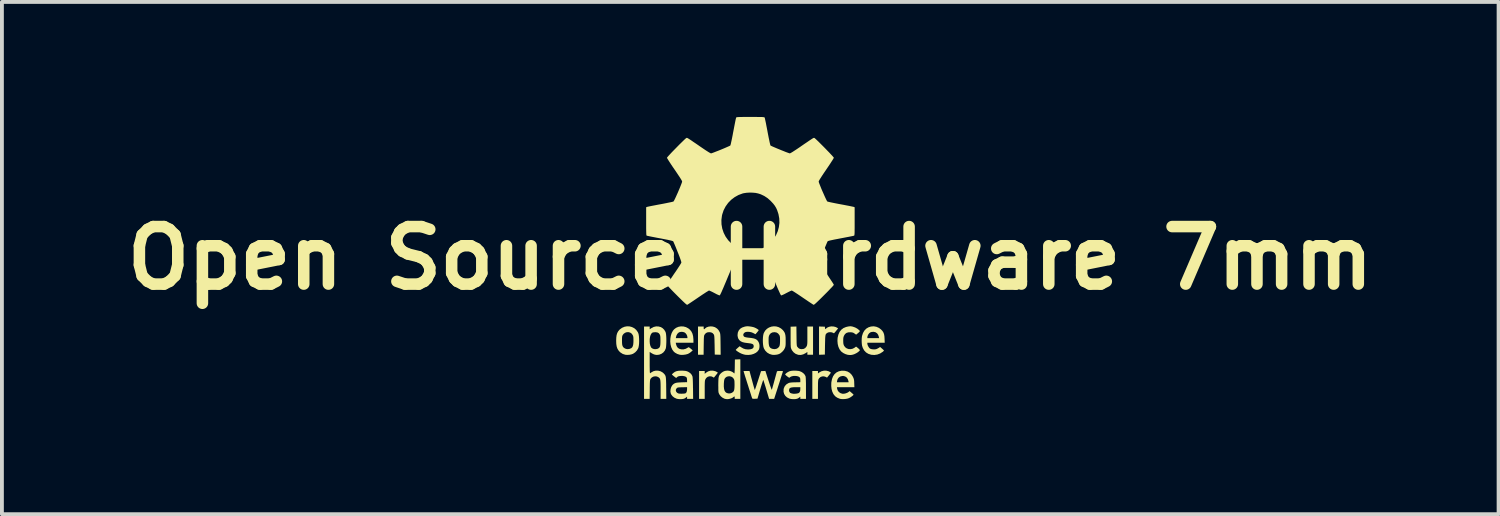
<source format=kicad_pcb>
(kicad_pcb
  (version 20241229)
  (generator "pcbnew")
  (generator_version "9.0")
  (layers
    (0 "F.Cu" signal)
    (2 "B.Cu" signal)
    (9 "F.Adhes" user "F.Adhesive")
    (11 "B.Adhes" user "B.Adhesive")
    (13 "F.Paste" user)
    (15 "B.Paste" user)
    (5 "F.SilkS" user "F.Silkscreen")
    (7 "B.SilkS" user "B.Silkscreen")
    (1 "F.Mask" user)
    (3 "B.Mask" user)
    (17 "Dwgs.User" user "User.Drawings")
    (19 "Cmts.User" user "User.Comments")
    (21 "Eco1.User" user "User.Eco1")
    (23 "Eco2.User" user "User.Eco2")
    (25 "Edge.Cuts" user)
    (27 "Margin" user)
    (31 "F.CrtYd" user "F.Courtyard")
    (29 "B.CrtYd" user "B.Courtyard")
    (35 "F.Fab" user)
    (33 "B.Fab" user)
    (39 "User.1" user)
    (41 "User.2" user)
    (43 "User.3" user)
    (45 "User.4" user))
  (footprint "Open Source Hardware 7mm"
    (layer "F.Cu")
    (at 16.514 3.68)
    (property "Reference" "Open Source Hardware 7mm" (at 0 0 0) (layer "F.SilkS") (effects (font (size 1.5 1.5) (thickness 0.3))))
    (attr board_only exclude_from_pos_files exclude_from_bom)
    (fp_poly (pts (xy 2.044 2.951) (xy 2.097 2.979) (xy 2.1 2.986) (xy 2.096 2.999) (xy 2.082 3.02) (xy 2.057 3.051) (xy 2.056 3.053) (xy 2.003 3.117) (xy 1.967 3.098) (xy 1.921 3.084) (xy 1.875 3.086) (xy 1.832 3.102) (xy 1.797 3.133) (xy 1.782 3.156) (xy 1.777 3.168) (xy 1.774 3.182) (xy 1.771 3.202) (xy 1.769 3.229) (xy 1.767 3.267) (xy 1.767 3.317) (xy 1.766 3.381) (xy 1.766 3.429) (xy 1.766 3.671) (xy 1.693 3.671) (xy 1.619 3.671) (xy 1.619 3.307) (xy 1.619 2.944) (xy 1.693 2.944) (xy 1.766 2.944) (xy 1.766 2.977) (xy 1.766 3.009) (xy 1.798 2.985) (xy 1.854 2.953) (xy 1.916 2.937) (xy 1.981 2.936)) (stroke (width 0) (type solid)) (fill yes) (layer "F.SilkS"))
    (fp_poly (pts (xy -0.914 2.949) (xy -0.895 2.957) (xy -0.869 2.971) (xy -0.851 2.982) (xy -0.846 2.987) (xy -0.852 2.998) (xy -0.867 3.018) (xy -0.888 3.045) (xy -0.897 3.056) (xy -0.948 3.118) (xy -0.978 3.1) (xy -1.021 3.083) (xy -1.066 3.083) (xy -1.109 3.097) (xy -1.145 3.125) (xy -1.166 3.155) (xy -1.172 3.168) (xy -1.177 3.182) (xy -1.181 3.198) (xy -1.183 3.219) (xy -1.185 3.247) (xy -1.186 3.285) (xy -1.187 3.336) (xy -1.187 3.402) (xy -1.187 3.433) (xy -1.187 3.671) (xy -1.26 3.671) (xy -1.334 3.671) (xy -1.334 3.307) (xy -1.334 2.944) (xy -1.26 2.944) (xy -1.187 2.944) (xy -1.187 2.981) (xy -1.187 3.019) (xy -1.15 2.987) (xy -1.098 2.955) (xy -1.039 2.937) (xy -0.977 2.935)) (stroke (width 0) (type solid)) (fill yes) (layer "F.SilkS"))
    (fp_poly (pts (xy 2.165 1.783) (xy 2.22 1.795) (xy 2.261 1.814) (xy 2.291 1.832) (xy 2.273 1.857) (xy 2.256 1.878) (xy 2.234 1.905) (xy 2.22 1.922) (xy 2.184 1.962) (xy 2.155 1.947) (xy 2.118 1.935) (xy 2.076 1.932) (xy 2.036 1.938) (xy 2.012 1.949) (xy 1.996 1.96) (xy 1.983 1.971) (xy 1.973 1.983) (xy 1.966 2) (xy 1.961 2.023) (xy 1.957 2.055) (xy 1.954 2.098) (xy 1.953 2.153) (xy 1.951 2.224) (xy 1.95 2.263) (xy 1.946 2.516) (xy 1.87 2.519) (xy 1.794 2.521) (xy 1.794 2.153) (xy 1.794 1.784) (xy 1.87 1.787) (xy 1.946 1.789) (xy 1.95 1.825) (xy 1.954 1.847) (xy 1.959 1.854) (xy 1.966 1.848) (xy 1.967 1.846) (xy 2.005 1.815) (xy 2.053 1.793) (xy 2.108 1.782)) (stroke (width 0) (type solid)) (fill yes) (layer "F.SilkS"))
    (fp_poly (pts (xy 1.207 2.037) (xy 1.208 2.112) (xy 1.209 2.171) (xy 1.21 2.216) (xy 1.212 2.249) (xy 1.214 2.273) (xy 1.217 2.29) (xy 1.221 2.301) (xy 1.226 2.31) (xy 1.229 2.315) (xy 1.26 2.349) (xy 1.293 2.368) (xy 1.334 2.375) (xy 1.341 2.375) (xy 1.392 2.369) (xy 1.432 2.348) (xy 1.463 2.312) (xy 1.47 2.3) (xy 1.476 2.287) (xy 1.481 2.274) (xy 1.484 2.258) (xy 1.487 2.237) (xy 1.489 2.208) (xy 1.49 2.17) (xy 1.49 2.119) (xy 1.49 2.054) (xy 1.49 2.022) (xy 1.49 1.785) (xy 1.564 1.785) (xy 1.638 1.785) (xy 1.638 2.153) (xy 1.638 2.521) (xy 1.564 2.521) (xy 1.49 2.521) (xy 1.49 2.485) (xy 1.49 2.448) (xy 1.445 2.479) (xy 1.384 2.51) (xy 1.322 2.526) (xy 1.261 2.524) (xy 1.247 2.521) (xy 1.183 2.497) (xy 1.13 2.457) (xy 1.088 2.404) (xy 1.075 2.378) (xy 1.069 2.364) (xy 1.064 2.351) (xy 1.06 2.335) (xy 1.057 2.315) (xy 1.056 2.289) (xy 1.054 2.253) (xy 1.054 2.207) (xy 1.053 2.146) (xy 1.053 2.07) (xy 1.053 2.061) (xy 1.053 1.789) (xy 1.129 1.787) (xy 1.204 1.784)) (stroke (width 0) (type solid)) (fill yes) (layer "F.SilkS"))
    (fp_poly (pts (xy -0.979 1.785) (xy -0.927 1.8) (xy -0.915 1.805) (xy -0.864 1.838) (xy -0.826 1.879) (xy -0.799 1.927) (xy -0.792 1.941) (xy -0.788 1.955) (xy -0.784 1.971) (xy -0.781 1.992) (xy -0.779 2.019) (xy -0.777 2.056) (xy -0.776 2.104) (xy -0.775 2.166) (xy -0.774 2.244) (xy -0.774 2.247) (xy -0.771 2.521) (xy -0.848 2.519) (xy -0.925 2.516) (xy -0.929 2.268) (xy -0.931 2.192) (xy -0.932 2.133) (xy -0.934 2.088) (xy -0.936 2.054) (xy -0.939 2.03) (xy -0.942 2.013) (xy -0.946 2) (xy -0.951 1.991) (xy -0.98 1.957) (xy -1.019 1.938) (xy -1.067 1.932) (xy -1.116 1.937) (xy -1.154 1.955) (xy -1.184 1.987) (xy -1.188 1.994) (xy -1.195 2.005) (xy -1.2 2.016) (xy -1.204 2.03) (xy -1.206 2.049) (xy -1.208 2.075) (xy -1.21 2.111) (xy -1.211 2.159) (xy -1.212 2.221) (xy -1.213 2.275) (xy -1.216 2.521) (xy -1.289 2.521) (xy -1.362 2.521) (xy -1.362 2.153) (xy -1.362 1.785) (xy -1.288 1.785) (xy -1.214 1.785) (xy -1.214 1.822) (xy -1.212 1.848) (xy -1.205 1.857) (xy -1.191 1.849) (xy -1.178 1.836) (xy -1.14 1.807) (xy -1.091 1.789) (xy -1.036 1.781)) (stroke (width 0) (type solid)) (fill yes) (layer "F.SilkS"))
    (fp_poly (pts (xy -1.74 1.784) (xy -1.675 1.801) (xy -1.615 1.833) (xy -1.574 1.866) (xy -1.535 1.914) (xy -1.507 1.97) (xy -1.49 2.036) (xy -1.482 2.115) (xy -1.481 2.15) (xy -1.481 2.208) (xy -1.712 2.208) (xy -1.942 2.208) (xy -1.936 2.242) (xy -1.919 2.295) (xy -1.891 2.337) (xy -1.854 2.364) (xy -1.8 2.38) (xy -1.742 2.381) (xy -1.683 2.366) (xy -1.628 2.336) (xy -1.623 2.333) (xy -1.613 2.326) (xy -1.602 2.326) (xy -1.587 2.334) (xy -1.564 2.352) (xy -1.552 2.362) (xy -1.499 2.406) (xy -1.541 2.444) (xy -1.573 2.469) (xy -1.61 2.491) (xy -1.631 2.501) (xy -1.683 2.515) (xy -1.741 2.523) (xy -1.798 2.525) (xy -1.839 2.52) (xy -1.902 2.5) (xy -1.96 2.468) (xy -1.994 2.439) (xy -2.032 2.388) (xy -2.06 2.325) (xy -2.078 2.254) (xy -2.086 2.178) (xy -2.083 2.101) (xy -2.081 2.088) (xy -1.941 2.088) (xy -1.789 2.088) (xy -1.638 2.088) (xy -1.638 2.062) (xy -1.645 2.027) (xy -1.663 1.989) (xy -1.689 1.957) (xy -1.711 1.94) (xy -1.754 1.926) (xy -1.8 1.923) (xy -1.845 1.932) (xy -1.868 1.944) (xy -1.901 1.976) (xy -1.925 2.021) (xy -1.935 2.058) (xy -1.941 2.088) (xy -2.081 2.088) (xy -2.071 2.025) (xy -2.049 1.956) (xy -2.016 1.895) (xy -1.986 1.859) (xy -1.934 1.819) (xy -1.873 1.793) (xy -1.807 1.781)) (stroke (width 0) (type solid)) (fill yes) (layer "F.SilkS"))
    (fp_poly (pts (xy 2.47 2.94) (xy 2.538 2.959) (xy 2.597 2.994) (xy 2.646 3.044) (xy 2.678 3.096) (xy 2.691 3.125) (xy 2.7 3.15) (xy 2.706 3.176) (xy 2.71 3.209) (xy 2.712 3.255) (xy 2.712 3.262) (xy 2.716 3.367) (xy 2.488 3.367) (xy 2.261 3.367) (xy 2.266 3.405) (xy 2.281 3.452) (xy 2.311 3.492) (xy 2.352 3.521) (xy 2.401 3.537) (xy 2.442 3.538) (xy 2.489 3.528) (xy 2.533 3.511) (xy 2.565 3.491) (xy 2.592 3.469) (xy 2.641 3.511) (xy 2.666 3.533) (xy 2.685 3.55) (xy 2.693 3.56) (xy 2.694 3.56) (xy 2.689 3.571) (xy 2.672 3.588) (xy 2.646 3.608) (xy 2.616 3.629) (xy 2.585 3.646) (xy 2.576 3.651) (xy 2.531 3.666) (xy 2.475 3.675) (xy 2.418 3.678) (xy 2.365 3.675) (xy 2.332 3.667) (xy 2.273 3.643) (xy 2.227 3.613) (xy 2.189 3.573) (xy 2.167 3.542) (xy 2.14 3.484) (xy 2.121 3.415) (xy 2.113 3.337) (xy 2.114 3.255) (xy 2.116 3.239) (xy 2.116 3.238) (xy 2.261 3.238) (xy 2.413 3.238) (xy 2.566 3.238) (xy 2.561 3.208) (xy 2.543 3.154) (xy 2.514 3.113) (xy 2.474 3.086) (xy 2.426 3.074) (xy 2.399 3.075) (xy 2.348 3.088) (xy 2.308 3.115) (xy 2.279 3.155) (xy 2.266 3.2) (xy 2.261 3.238) (xy 2.116 3.238) (xy 2.132 3.155) (xy 2.16 3.083) (xy 2.2 3.025) (xy 2.251 2.981) (xy 2.312 2.952) (xy 2.384 2.937) (xy 2.393 2.937)) (stroke (width 0) (type solid)) (fill yes) (layer "F.SilkS"))
    (fp_poly (pts (xy 2.627 1.779) (xy 2.662 1.785) (xy 2.677 1.789) (xy 2.737 1.81) (xy 2.793 1.841) (xy 2.838 1.877) (xy 2.842 1.881) (xy 2.856 1.897) (xy 2.858 1.908) (xy 2.849 1.921) (xy 2.846 1.924) (xy 2.828 1.942) (xy 2.803 1.963) (xy 2.795 1.97) (xy 2.761 1.997) (xy 2.719 1.967) (xy 2.691 1.949) (xy 2.664 1.94) (xy 2.631 1.935) (xy 2.615 1.934) (xy 2.556 1.937) (xy 2.509 1.952) (xy 2.472 1.982) (xy 2.448 2.02) (xy 2.437 2.045) (xy 2.43 2.069) (xy 2.426 2.099) (xy 2.425 2.14) (xy 2.425 2.153) (xy 2.426 2.198) (xy 2.429 2.231) (xy 2.435 2.256) (xy 2.445 2.281) (xy 2.446 2.284) (xy 2.476 2.325) (xy 2.517 2.355) (xy 2.565 2.372) (xy 2.617 2.375) (xy 2.67 2.364) (xy 2.72 2.338) (xy 2.727 2.333) (xy 2.76 2.308) (xy 2.795 2.335) (xy 2.82 2.356) (xy 2.841 2.376) (xy 2.846 2.382) (xy 2.858 2.396) (xy 2.857 2.407) (xy 2.846 2.421) (xy 2.81 2.453) (xy 2.762 2.483) (xy 2.711 2.507) (xy 2.693 2.513) (xy 2.652 2.524) (xy 2.614 2.528) (xy 2.574 2.526) (xy 2.538 2.521) (xy 2.483 2.504) (xy 2.426 2.476) (xy 2.378 2.44) (xy 2.368 2.431) (xy 2.329 2.379) (xy 2.299 2.313) (xy 2.281 2.239) (xy 2.274 2.159) (xy 2.279 2.078) (xy 2.299 1.995) (xy 2.33 1.925) (xy 2.374 1.869) (xy 2.43 1.826) (xy 2.499 1.797) (xy 2.555 1.784) (xy 2.595 1.779)) (stroke (width 0) (type solid)) (fill yes) (layer "F.SilkS"))
    (fp_poly (pts (xy 3.291 1.792) (xy 3.357 1.821) (xy 3.412 1.863) (xy 3.447 1.9) (xy 3.472 1.939) (xy 3.489 1.983) (xy 3.499 2.038) (xy 3.503 2.104) (xy 3.507 2.208) (xy 3.281 2.208) (xy 3.054 2.208) (xy 3.054 2.234) (xy 3.06 2.265) (xy 3.076 2.301) (xy 3.098 2.335) (xy 3.121 2.359) (xy 3.15 2.372) (xy 3.189 2.379) (xy 3.233 2.382) (xy 3.273 2.378) (xy 3.287 2.374) (xy 3.317 2.361) (xy 3.348 2.344) (xy 3.353 2.341) (xy 3.387 2.318) (xy 3.437 2.361) (xy 3.461 2.383) (xy 3.479 2.4) (xy 3.487 2.41) (xy 3.487 2.411) (xy 3.48 2.421) (xy 3.464 2.437) (xy 3.454 2.445) (xy 3.387 2.488) (xy 3.313 2.516) (xy 3.235 2.527) (xy 3.155 2.521) (xy 3.151 2.52) (xy 3.08 2.497) (xy 3.02 2.46) (xy 2.972 2.409) (xy 2.936 2.344) (xy 2.917 2.287) (xy 2.911 2.248) (xy 2.907 2.197) (xy 2.906 2.142) (xy 2.908 2.089) (xy 2.908 2.088) (xy 3.054 2.088) (xy 3.207 2.088) (xy 3.36 2.088) (xy 3.354 2.054) (xy 3.336 2.001) (xy 3.307 1.961) (xy 3.266 1.934) (xy 3.217 1.923) (xy 3.207 1.923) (xy 3.165 1.927) (xy 3.129 1.939) (xy 3.128 1.94) (xy 3.1 1.963) (xy 3.075 1.997) (xy 3.059 2.035) (xy 3.054 2.062) (xy 3.054 2.088) (xy 2.908 2.088) (xy 2.913 2.045) (xy 2.915 2.033) (xy 2.94 1.955) (xy 2.977 1.891) (xy 3.026 1.84) (xy 3.085 1.805) (xy 3.148 1.785) (xy 3.22 1.779)) (stroke (width 0) (type solid)) (fill yes) (layer "F.SilkS"))
    (fp_poly (pts (xy -3.146 1.782) (xy -3.083 1.799) (xy -3.024 1.829) (xy -2.974 1.872) (xy -2.934 1.928) (xy -2.92 1.956) (xy -2.909 1.994) (xy -2.902 2.044) (xy -2.898 2.104) (xy -2.897 2.167) (xy -2.899 2.229) (xy -2.905 2.285) (xy -2.914 2.331) (xy -2.92 2.35) (xy -2.953 2.408) (xy -2.999 2.457) (xy -3.053 2.494) (xy -3.091 2.509) (xy -3.146 2.521) (xy -3.206 2.525) (xy -3.257 2.521) (xy -3.324 2.5) (xy -3.384 2.462) (xy -3.407 2.441) (xy -3.441 2.401) (xy -3.466 2.356) (xy -3.483 2.303) (xy -3.493 2.238) (xy -3.496 2.159) (xy -3.496 2.153) (xy -3.344 2.153) (xy -3.343 2.212) (xy -3.339 2.257) (xy -3.33 2.29) (xy -3.317 2.316) (xy -3.297 2.337) (xy -3.283 2.348) (xy -3.242 2.368) (xy -3.195 2.375) (xy -3.146 2.368) (xy -3.102 2.349) (xy -3.102 2.349) (xy -3.079 2.328) (xy -3.062 2.296) (xy -3.051 2.253) (xy -3.046 2.195) (xy -3.045 2.152) (xy -3.046 2.104) (xy -3.047 2.07) (xy -3.051 2.044) (xy -3.057 2.024) (xy -3.066 2.006) (xy -3.094 1.968) (xy -3.132 1.943) (xy -3.176 1.931) (xy -3.221 1.933) (xy -3.264 1.948) (xy -3.302 1.976) (xy -3.325 2.006) (xy -3.333 2.022) (xy -3.339 2.04) (xy -3.342 2.064) (xy -3.344 2.099) (xy -3.344 2.147) (xy -3.344 2.153) (xy -3.496 2.153) (xy -3.493 2.074) (xy -3.485 2.01) (xy -3.469 1.957) (xy -3.446 1.913) (xy -3.414 1.873) (xy -3.4 1.86) (xy -3.342 1.818) (xy -3.278 1.791) (xy -3.212 1.779)) (stroke (width 0) (type solid)) (fill yes) (layer "F.SilkS"))
    (fp_poly (pts (xy 0.679 1.783) (xy 0.743 1.802) (xy 0.802 1.835) (xy 0.85 1.877) (xy 0.876 1.91) (xy 0.896 1.942) (xy 0.909 1.977) (xy 0.918 2.019) (xy 0.923 2.071) (xy 0.924 2.137) (xy 0.924 2.157) (xy 0.924 2.213) (xy 0.923 2.254) (xy 0.92 2.285) (xy 0.916 2.31) (xy 0.909 2.332) (xy 0.903 2.347) (xy 0.876 2.396) (xy 0.836 2.442) (xy 0.79 2.481) (xy 0.752 2.502) (xy 0.701 2.517) (xy 0.642 2.524) (xy 0.583 2.523) (xy 0.568 2.521) (xy 0.501 2.5) (xy 0.441 2.464) (xy 0.392 2.414) (xy 0.358 2.358) (xy 0.344 2.316) (xy 0.335 2.261) (xy 0.33 2.198) (xy 0.329 2.152) (xy 0.479 2.152) (xy 0.481 2.219) (xy 0.488 2.271) (xy 0.5 2.309) (xy 0.52 2.337) (xy 0.548 2.356) (xy 0.586 2.369) (xy 0.587 2.369) (xy 0.64 2.375) (xy 0.689 2.364) (xy 0.717 2.348) (xy 0.74 2.327) (xy 0.757 2.305) (xy 0.768 2.276) (xy 0.774 2.238) (xy 0.777 2.186) (xy 0.777 2.153) (xy 0.777 2.103) (xy 0.776 2.067) (xy 0.772 2.042) (xy 0.767 2.023) (xy 0.759 2.007) (xy 0.758 2.006) (xy 0.725 1.965) (xy 0.683 1.94) (xy 0.632 1.932) (xy 0.631 1.932) (xy 0.578 1.939) (xy 0.536 1.96) (xy 0.505 1.995) (xy 0.499 2.006) (xy 0.49 2.026) (xy 0.484 2.047) (xy 0.48 2.073) (xy 0.479 2.109) (xy 0.479 2.152) (xy 0.329 2.152) (xy 0.329 2.131) (xy 0.332 2.067) (xy 0.339 2.009) (xy 0.351 1.962) (xy 0.354 1.954) (xy 0.388 1.894) (xy 0.434 1.846) (xy 0.489 1.811) (xy 0.55 1.788) (xy 0.614 1.779)) (stroke (width 0) (type solid)) (fill yes) (layer "F.SilkS"))
    (fp_poly (pts (xy -0.258 3.155) (xy -0.258 3.671) (xy -0.331 3.671) (xy -0.405 3.671) (xy -0.405 3.638) (xy -0.407 3.614) (xy -0.415 3.608) (xy -0.43 3.618) (xy -0.437 3.624) (xy -0.461 3.642) (xy -0.497 3.659) (xy -0.538 3.671) (xy -0.579 3.678) (xy -0.596 3.679) (xy -0.633 3.676) (xy -0.669 3.668) (xy -0.677 3.665) (xy -0.726 3.639) (xy -0.771 3.601) (xy -0.805 3.555) (xy -0.811 3.544) (xy -0.818 3.528) (xy -0.824 3.513) (xy -0.828 3.495) (xy -0.83 3.472) (xy -0.832 3.44) (xy -0.832 3.396) (xy -0.832 3.351) (xy -0.689 3.351) (xy -0.682 3.413) (xy -0.668 3.461) (xy -0.645 3.495) (xy -0.615 3.516) (xy -0.606 3.52) (xy -0.557 3.531) (xy -0.512 3.526) (xy -0.482 3.514) (xy -0.456 3.498) (xy -0.436 3.479) (xy -0.423 3.454) (xy -0.415 3.419) (xy -0.411 3.372) (xy -0.409 3.31) (xy -0.409 3.307) (xy -0.41 3.256) (xy -0.411 3.219) (xy -0.414 3.192) (xy -0.419 3.172) (xy -0.427 3.154) (xy -0.428 3.151) (xy -0.456 3.116) (xy -0.493 3.093) (xy -0.535 3.082) (xy -0.578 3.084) (xy -0.619 3.098) (xy -0.652 3.125) (xy -0.668 3.148) (xy -0.678 3.177) (xy -0.684 3.221) (xy -0.688 3.274) (xy -0.689 3.351) (xy -0.832 3.351) (xy -0.833 3.339) (xy -0.833 3.312) (xy -0.832 3.237) (xy -0.83 3.177) (xy -0.827 3.13) (xy -0.82 3.094) (xy -0.81 3.065) (xy -0.797 3.041) (xy -0.778 3.019) (xy -0.755 2.996) (xy -0.708 2.962) (xy -0.659 2.942) (xy -0.601 2.935) (xy -0.588 2.935) (xy -0.547 2.939) (xy -0.505 2.951) (xy -0.466 2.969) (xy -0.438 2.988) (xy -0.434 2.993) (xy -0.42 3.005) (xy -0.413 3.008) (xy -0.411 3) (xy -0.408 2.975) (xy -0.406 2.938) (xy -0.404 2.891) (xy -0.403 2.836) (xy -0.403 2.827) (xy -0.4 2.645) (xy -0.329 2.642) (xy -0.258 2.64)) (stroke (width 0) (type solid)) (fill yes) (layer "F.SilkS"))
    (fp_poly (pts (xy -0.016 1.782) (xy 0.036 1.79) (xy 0.085 1.801) (xy 0.118 1.813) (xy 0.153 1.83) (xy 0.184 1.848) (xy 0.208 1.865) (xy 0.22 1.877) (xy 0.221 1.88) (xy 0.215 1.89) (xy 0.201 1.91) (xy 0.18 1.935) (xy 0.179 1.937) (xy 0.136 1.986) (xy 0.085 1.958) (xy 0.04 1.938) (xy -0.011 1.926) (xy -0.063 1.922) (xy -0.109 1.926) (xy -0.137 1.936) (xy -0.165 1.958) (xy -0.18 1.986) (xy -0.181 2.015) (xy -0.167 2.041) (xy -0.148 2.056) (xy -0.125 2.063) (xy -0.091 2.07) (xy -0.054 2.075) (xy -0.054 2.075) (xy 0.023 2.083) (xy 0.083 2.093) (xy 0.131 2.108) (xy 0.167 2.128) (xy 0.195 2.155) (xy 0.217 2.188) (xy 0.219 2.192) (xy 0.236 2.239) (xy 0.242 2.292) (xy 0.238 2.345) (xy 0.226 2.386) (xy 0.194 2.431) (xy 0.149 2.469) (xy 0.091 2.498) (xy 0.026 2.518) (xy -0.045 2.526) (xy -0.119 2.523) (xy -0.138 2.52) (xy -0.174 2.511) (xy -0.216 2.497) (xy -0.247 2.484) (xy -0.281 2.466) (xy -0.314 2.446) (xy -0.344 2.426) (xy -0.366 2.408) (xy -0.377 2.395) (xy -0.377 2.393) (xy -0.371 2.385) (xy -0.354 2.368) (xy -0.33 2.346) (xy -0.327 2.343) (xy -0.276 2.299) (xy -0.235 2.327) (xy -0.179 2.359) (xy -0.122 2.377) (xy -0.056 2.383) (xy -0.054 2.383) (xy 0.006 2.378) (xy 0.05 2.365) (xy 0.078 2.343) (xy 0.09 2.312) (xy 0.09 2.289) (xy 0.085 2.266) (xy 0.072 2.249) (xy 0.048 2.237) (xy 0.013 2.227) (xy -0.038 2.22) (xy -0.064 2.217) (xy -0.139 2.207) (xy -0.198 2.193) (xy -0.244 2.172) (xy -0.279 2.145) (xy -0.305 2.11) (xy -0.314 2.093) (xy -0.324 2.06) (xy -0.33 2.022) (xy -0.331 2.011) (xy -0.324 1.945) (xy -0.301 1.89) (xy -0.264 1.845) (xy -0.212 1.811) (xy -0.144 1.788) (xy -0.105 1.78) (xy -0.065 1.778)) (stroke (width 0) (type solid)) (fill yes) (layer "F.SilkS"))
    (fp_poly (pts (xy -1.766 2.936) (xy -1.718 2.939) (xy -1.683 2.943) (xy -1.655 2.95) (xy -1.629 2.96) (xy -1.616 2.966) (xy -1.565 2.999) (xy -1.528 3.041) (xy -1.508 3.082) (xy -1.504 3.099) (xy -1.501 3.128) (xy -1.498 3.17) (xy -1.496 3.226) (xy -1.494 3.299) (xy -1.493 3.388) (xy -1.492 3.392) (xy -1.489 3.671) (xy -1.568 3.671) (xy -1.647 3.671) (xy -1.647 3.642) (xy -1.647 3.614) (xy -1.675 3.637) (xy -1.703 3.656) (xy -1.735 3.67) (xy -1.737 3.67) (xy -1.78 3.677) (xy -1.831 3.679) (xy -1.882 3.675) (xy -1.92 3.667) (xy -1.979 3.64) (xy -2.027 3.602) (xy -2.062 3.555) (xy -2.074 3.525) (xy -2.082 3.475) (xy -2.08 3.455) (xy -1.941 3.455) (xy -1.93 3.486) (xy -1.908 3.512) (xy -1.874 3.53) (xy -1.862 3.533) (xy -1.834 3.536) (xy -1.796 3.537) (xy -1.756 3.536) (xy -1.719 3.533) (xy -1.693 3.528) (xy -1.689 3.527) (xy -1.669 3.51) (xy -1.655 3.48) (xy -1.648 3.438) (xy -1.647 3.417) (xy -1.647 3.366) (xy -1.77 3.369) (xy -1.82 3.37) (xy -1.856 3.372) (xy -1.88 3.375) (xy -1.896 3.379) (xy -1.908 3.386) (xy -1.917 3.394) (xy -1.937 3.423) (xy -1.941 3.455) (xy -2.08 3.455) (xy -2.077 3.419) (xy -2.061 3.366) (xy -2.035 3.32) (xy -2.018 3.301) (xy -1.994 3.28) (xy -1.967 3.265) (xy -1.936 3.254) (xy -1.897 3.247) (xy -1.845 3.243) (xy -1.782 3.24) (xy -1.647 3.236) (xy -1.647 3.186) (xy -1.649 3.154) (xy -1.653 3.127) (xy -1.657 3.117) (xy -1.677 3.097) (xy -1.712 3.082) (xy -1.756 3.074) (xy -1.779 3.073) (xy -1.83 3.075) (xy -1.868 3.082) (xy -1.896 3.095) (xy -1.909 3.106) (xy -1.932 3.127) (xy -1.987 3.085) (xy -2.014 3.063) (xy -2.033 3.046) (xy -2.042 3.036) (xy -2.042 3.035) (xy -2.036 3.026) (xy -2.019 3.009) (xy -2.003 2.995) (xy -1.965 2.967) (xy -1.921 2.949) (xy -1.869 2.939) (xy -1.805 2.936)) (stroke (width 0) (type solid)) (fill yes) (layer "F.SilkS"))
    (fp_poly (pts (xy 1.203 2.937) (xy 1.261 2.943) (xy 1.291 2.95) (xy 1.34 2.971) (xy 1.385 3.002) (xy 1.42 3.04) (xy 1.442 3.081) (xy 1.443 3.086) (xy 1.446 3.108) (xy 1.449 3.146) (xy 1.451 3.199) (xy 1.453 3.266) (xy 1.453 3.346) (xy 1.453 3.397) (xy 1.454 3.671) (xy 1.38 3.671) (xy 1.306 3.671) (xy 1.306 3.642) (xy 1.306 3.614) (xy 1.278 3.637) (xy 1.25 3.656) (xy 1.219 3.67) (xy 1.216 3.67) (xy 1.171 3.678) (xy 1.117 3.679) (xy 1.064 3.674) (xy 1.019 3.664) (xy 1.019 3.663) (xy 0.96 3.634) (xy 0.915 3.593) (xy 0.884 3.543) (xy 0.869 3.486) (xy 0.87 3.452) (xy 1.012 3.452) (xy 1.02 3.488) (xy 1.041 3.515) (xy 1.069 3.527) (xy 1.095 3.533) (xy 1.109 3.536) (xy 1.135 3.539) (xy 1.171 3.538) (xy 1.209 3.534) (xy 1.243 3.527) (xy 1.265 3.519) (xy 1.267 3.519) (xy 1.289 3.496) (xy 1.302 3.463) (xy 1.306 3.416) (xy 1.306 3.412) (xy 1.306 3.367) (xy 1.191 3.367) (xy 1.128 3.368) (xy 1.082 3.373) (xy 1.049 3.382) (xy 1.028 3.396) (xy 1.017 3.417) (xy 1.012 3.445) (xy 1.012 3.452) (xy 0.87 3.452) (xy 0.87 3.424) (xy 0.877 3.393) (xy 0.902 3.338) (xy 0.942 3.294) (xy 0.994 3.262) (xy 1.013 3.254) (xy 1.036 3.249) (xy 1.064 3.245) (xy 1.103 3.242) (xy 1.156 3.24) (xy 1.171 3.24) (xy 1.306 3.237) (xy 1.306 3.183) (xy 1.304 3.144) (xy 1.295 3.118) (xy 1.29 3.112) (xy 1.262 3.091) (xy 1.222 3.078) (xy 1.175 3.073) (xy 1.127 3.074) (xy 1.083 3.083) (xy 1.047 3.099) (xy 1.032 3.112) (xy 1.024 3.119) (xy 1.014 3.119) (xy 0.998 3.11) (xy 0.973 3.092) (xy 0.965 3.086) (xy 0.939 3.065) (xy 0.92 3.047) (xy 0.911 3.037) (xy 0.911 3.036) (xy 0.918 3.022) (xy 0.938 3.003) (xy 0.965 2.983) (xy 0.996 2.965) (xy 1.025 2.951) (xy 1.031 2.949) (xy 1.081 2.939) (xy 1.14 2.935)) (stroke (width 0) (type solid)) (fill yes) (layer "F.SilkS"))
    (fp_poly (pts (xy 0.475 3.192) (xy 0.496 3.255) (xy 0.515 3.313) (xy 0.532 3.361) (xy 0.546 3.399) (xy 0.556 3.424) (xy 0.561 3.434) (xy 0.562 3.434) (xy 0.566 3.423) (xy 0.574 3.398) (xy 0.585 3.359) (xy 0.599 3.31) (xy 0.615 3.253) (xy 0.63 3.197) (xy 0.647 3.134) (xy 0.663 3.077) (xy 0.676 3.028) (xy 0.687 2.99) (xy 0.694 2.965) (xy 0.697 2.955) (xy 0.707 2.949) (xy 0.733 2.945) (xy 0.776 2.944) (xy 0.779 2.944) (xy 0.819 2.945) (xy 0.843 2.947) (xy 0.853 2.951) (xy 0.853 2.955) (xy 0.849 2.967) (xy 0.841 2.994) (xy 0.828 3.032) (xy 0.813 3.079) (xy 0.796 3.132) (xy 0.796 3.132) (xy 0.776 3.197) (xy 0.752 3.272) (xy 0.726 3.352) (xy 0.702 3.429) (xy 0.684 3.484) (xy 0.624 3.671) (xy 0.558 3.671) (xy 0.492 3.671) (xy 0.419 3.426) (xy 0.4 3.362) (xy 0.382 3.305) (xy 0.366 3.255) (xy 0.354 3.216) (xy 0.345 3.19) (xy 0.34 3.178) (xy 0.34 3.178) (xy 0.336 3.186) (xy 0.328 3.209) (xy 0.316 3.245) (xy 0.3 3.292) (xy 0.283 3.348) (xy 0.264 3.411) (xy 0.261 3.42) (xy 0.189 3.666) (xy 0.122 3.669) (xy 0.083 3.669) (xy 0.06 3.666) (xy 0.051 3.66) (xy 0.051 3.66) (xy 0.046 3.645) (xy 0.036 3.616) (xy 0.023 3.575) (xy 0.007 3.523) (xy -0.012 3.464) (xy -0.033 3.4) (xy -0.054 3.332) (xy -0.076 3.264) (xy -0.097 3.197) (xy -0.117 3.133) (xy -0.136 3.076) (xy -0.151 3.026) (xy -0.163 2.987) (xy -0.171 2.961) (xy -0.175 2.949) (xy -0.175 2.949) (xy -0.166 2.947) (xy -0.144 2.945) (xy -0.111 2.944) (xy -0.097 2.944) (xy -0.019 2.944) (xy -0.011 2.974) (xy -0.006 2.991) (xy 0.002 3.023) (xy 0.014 3.067) (xy 0.028 3.12) (xy 0.045 3.18) (xy 0.056 3.222) (xy 0.072 3.282) (xy 0.087 3.336) (xy 0.1 3.381) (xy 0.111 3.415) (xy 0.117 3.435) (xy 0.12 3.44) (xy 0.123 3.432) (xy 0.132 3.408) (xy 0.145 3.371) (xy 0.161 3.324) (xy 0.179 3.267) (xy 0.2 3.204) (xy 0.203 3.194) (xy 0.282 2.948) (xy 0.338 2.946) (xy 0.395 2.943)) (stroke (width 0) (type solid)) (fill yes) (layer "F.SilkS"))
    (fp_poly (pts (xy -2.395 1.783) (xy -2.338 1.798) (xy -2.286 1.827) (xy -2.244 1.868) (xy -2.212 1.92) (xy -2.202 1.948) (xy -2.196 1.981) (xy -2.191 2.029) (xy -2.188 2.086) (xy -2.187 2.147) (xy -2.188 2.209) (xy -2.191 2.267) (xy -2.195 2.316) (xy -2.201 2.353) (xy -2.202 2.357) (xy -2.228 2.414) (xy -2.267 2.462) (xy -2.317 2.497) (xy -2.374 2.519) (xy -2.436 2.526) (xy -2.481 2.52) (xy -2.514 2.51) (xy -2.551 2.492) (xy -2.574 2.479) (xy -2.622 2.447) (xy -2.622 2.728) (xy -2.622 2.81) (xy -2.621 2.875) (xy -2.62 2.925) (xy -2.619 2.961) (xy -2.617 2.985) (xy -2.615 2.999) (xy -2.612 3.003) (xy -2.61 3.003) (xy -2.596 2.993) (xy -2.574 2.978) (xy -2.571 2.976) (xy -2.519 2.948) (xy -2.46 2.935) (xy -2.398 2.937) (xy -2.339 2.952) (xy -2.287 2.981) (xy -2.264 3) (xy -2.246 3.019) (xy -2.231 3.036) (xy -2.219 3.054) (xy -2.21 3.074) (xy -2.203 3.099) (xy -2.199 3.131) (xy -2.196 3.172) (xy -2.194 3.224) (xy -2.192 3.291) (xy -2.192 3.373) (xy -2.191 3.388) (xy -2.189 3.671) (xy -2.263 3.671) (xy -2.337 3.671) (xy -2.337 3.429) (xy -2.337 3.349) (xy -2.338 3.286) (xy -2.34 3.236) (xy -2.343 3.198) (xy -2.348 3.169) (xy -2.355 3.148) (xy -2.365 3.132) (xy -2.378 3.119) (xy -2.393 3.107) (xy -2.433 3.088) (xy -2.479 3.083) (xy -2.524 3.091) (xy -2.565 3.112) (xy -2.596 3.144) (xy -2.597 3.145) (xy -2.603 3.156) (xy -2.608 3.167) (xy -2.611 3.182) (xy -2.614 3.202) (xy -2.616 3.229) (xy -2.618 3.266) (xy -2.619 3.316) (xy -2.62 3.381) (xy -2.62 3.425) (xy -2.623 3.671) (xy -2.696 3.671) (xy -2.769 3.671) (xy -2.769 2.728) (xy -2.769 2.171) (xy -2.622 2.171) (xy -2.618 2.23) (xy -2.606 2.282) (xy -2.588 2.324) (xy -2.579 2.337) (xy -2.549 2.359) (xy -2.509 2.373) (xy -2.464 2.375) (xy -2.42 2.367) (xy -2.395 2.355) (xy -2.375 2.34) (xy -2.361 2.321) (xy -2.351 2.296) (xy -2.345 2.261) (xy -2.342 2.214) (xy -2.341 2.157) (xy -2.342 2.102) (xy -2.343 2.062) (xy -2.346 2.034) (xy -2.351 2.012) (xy -2.358 1.995) (xy -2.382 1.961) (xy -2.415 1.941) (xy -2.46 1.933) (xy -2.493 1.934) (xy -2.526 1.937) (xy -2.548 1.943) (xy -2.564 1.954) (xy -2.577 1.969) (xy -2.598 2.005) (xy -2.613 2.054) (xy -2.621 2.111) (xy -2.622 2.171) (xy -2.769 2.171) (xy -2.769 1.785) (xy -2.695 1.785) (xy -2.622 1.785) (xy -2.622 1.821) (xy -2.622 1.857) (xy -2.576 1.826) (xy -2.517 1.796) (xy -2.456 1.782)) (stroke (width 0) (type solid)) (fill yes) (layer "F.SilkS"))
    (fp_poly (pts (xy 0.096 -3.68) (xy 0.17 -3.68) (xy 0.23 -3.679) (xy 0.277 -3.679) (xy 0.312 -3.678) (xy 0.337 -3.676) (xy 0.354 -3.674) (xy 0.365 -3.672) (xy 0.372 -3.668) (xy 0.376 -3.664) (xy 0.377 -3.662) (xy 0.381 -3.649) (xy 0.387 -3.62) (xy 0.396 -3.578) (xy 0.408 -3.523) (xy 0.42 -3.459) (xy 0.434 -3.387) (xy 0.449 -3.309) (xy 0.451 -3.296) (xy 0.466 -3.218) (xy 0.48 -3.146) (xy 0.494 -3.081) (xy 0.505 -3.026) (xy 0.515 -2.982) (xy 0.523 -2.952) (xy 0.527 -2.937) (xy 0.528 -2.937) (xy 0.54 -2.929) (xy 0.567 -2.916) (xy 0.605 -2.899) (xy 0.652 -2.879) (xy 0.706 -2.856) (xy 0.763 -2.833) (xy 0.821 -2.809) (xy 0.877 -2.787) (xy 0.928 -2.766) (xy 0.972 -2.75) (xy 1.006 -2.738) (xy 1.026 -2.731) (xy 1.031 -2.731) (xy 1.044 -2.734) (xy 1.068 -2.747) (xy 1.105 -2.769) (xy 1.154 -2.801) (xy 1.217 -2.842) (xy 1.294 -2.894) (xy 1.338 -2.925) (xy 1.415 -2.978) (xy 1.479 -3.021) (xy 1.53 -3.056) (xy 1.57 -3.083) (xy 1.601 -3.103) (xy 1.624 -3.118) (xy 1.64 -3.127) (xy 1.652 -3.133) (xy 1.659 -3.135) (xy 1.665 -3.135) (xy 1.67 -3.134) (xy 1.673 -3.133) (xy 1.684 -3.125) (xy 1.707 -3.105) (xy 1.738 -3.076) (xy 1.777 -3.039) (xy 1.82 -2.996) (xy 1.868 -2.948) (xy 1.918 -2.898) (xy 1.968 -2.847) (xy 2.016 -2.797) (xy 2.062 -2.75) (xy 2.102 -2.707) (xy 2.136 -2.671) (xy 2.161 -2.642) (xy 2.177 -2.623) (xy 2.18 -2.616) (xy 2.175 -2.605) (xy 2.161 -2.58) (xy 2.138 -2.543) (xy 2.108 -2.497) (xy 2.073 -2.443) (xy 2.032 -2.382) (xy 1.988 -2.318) (xy 1.983 -2.309) (xy 1.923 -2.222) (xy 1.874 -2.148) (xy 1.836 -2.089) (xy 1.808 -2.044) (xy 1.791 -2.013) (xy 1.785 -1.997) (xy 1.785 -1.997) (xy 1.788 -1.981) (xy 1.798 -1.951) (xy 1.814 -1.91) (xy 1.834 -1.86) (xy 1.856 -1.805) (xy 1.881 -1.747) (xy 1.907 -1.689) (xy 1.932 -1.632) (xy 1.955 -1.581) (xy 1.976 -1.537) (xy 1.993 -1.503) (xy 2.006 -1.481) (xy 2.01 -1.476) (xy 2.024 -1.471) (xy 2.053 -1.464) (xy 2.096 -1.454) (xy 2.15 -1.443) (xy 2.214 -1.43) (xy 2.285 -1.416) (xy 2.355 -1.403) (xy 2.431 -1.389) (xy 2.502 -1.375) (xy 2.566 -1.363) (xy 2.62 -1.352) (xy 2.662 -1.343) (xy 2.69 -1.337) (xy 2.702 -1.334) (xy 2.723 -1.325) (xy 2.723 -0.958) (xy 2.723 -0.866) (xy 2.723 -0.79) (xy 2.722 -0.73) (xy 2.722 -0.683) (xy 2.721 -0.647) (xy 2.719 -0.622) (xy 2.717 -0.604) (xy 2.715 -0.593) (xy 2.711 -0.587) (xy 2.708 -0.584) (xy 2.707 -0.584) (xy 2.694 -0.581) (xy 2.666 -0.574) (xy 2.624 -0.566) (xy 2.57 -0.555) (xy 2.506 -0.543) (xy 2.435 -0.529) (xy 2.36 -0.515) (xy 2.268 -0.497) (xy 2.193 -0.483) (xy 2.133 -0.47) (xy 2.087 -0.46) (xy 2.054 -0.452) (xy 2.032 -0.445) (xy 2.02 -0.439) (xy 2.018 -0.437) (xy 2.012 -0.425) (xy 2 -0.398) (xy 1.983 -0.358) (xy 1.962 -0.308) (xy 1.938 -0.25) (xy 1.912 -0.186) (xy 1.904 -0.164) (xy 1.87 -0.079) (xy 1.843 -0.009) (xy 1.824 0.044) (xy 1.811 0.084) (xy 1.806 0.108) (xy 1.805 0.117) (xy 1.811 0.131) (xy 1.827 0.157) (xy 1.85 0.195) (xy 1.88 0.242) (xy 1.916 0.296) (xy 1.957 0.356) (xy 1.995 0.412) (xy 2.038 0.475) (xy 2.077 0.534) (xy 2.112 0.586) (xy 2.141 0.63) (xy 2.163 0.665) (xy 2.176 0.688) (xy 2.18 0.697) (xy 2.174 0.707) (xy 2.156 0.729) (xy 2.128 0.76) (xy 2.09 0.799) (xy 2.046 0.846) (xy 1.995 0.898) (xy 1.939 0.954) (xy 1.924 0.969) (xy 1.858 1.035) (xy 1.803 1.089) (xy 1.758 1.132) (xy 1.723 1.165) (xy 1.697 1.189) (xy 1.677 1.205) (xy 1.663 1.215) (xy 1.654 1.218) (xy 1.651 1.218) (xy 1.639 1.211) (xy 1.614 1.195) (xy 1.578 1.171) (xy 1.532 1.141) (xy 1.479 1.105) (xy 1.42 1.065) (xy 1.367 1.029) (xy 1.304 0.986) (xy 1.246 0.947) (xy 1.194 0.913) (xy 1.149 0.884) (xy 1.115 0.863) (xy 1.092 0.85) (xy 1.083 0.846) (xy 1.069 0.851) (xy 1.042 0.862) (xy 1.006 0.879) (xy 0.964 0.901) (xy 0.944 0.911) (xy 0.901 0.934) (xy 0.862 0.953) (xy 0.83 0.966) (xy 0.811 0.973) (xy 0.806 0.973) (xy 0.801 0.969) (xy 0.794 0.957) (xy 0.782 0.936) (xy 0.768 0.905) (xy 0.749 0.863) (xy 0.725 0.81) (xy 0.697 0.744) (xy 0.663 0.664) (xy 0.624 0.57) (xy 0.578 0.46) (xy 0.547 0.383) (xy 0.506 0.285) (xy 0.467 0.19) (xy 0.431 0.103) (xy 0.399 0.022) (xy 0.37 -0.049) (xy 0.346 -0.11) (xy 0.326 -0.159) (xy 0.313 -0.195) (xy 0.305 -0.217) (xy 0.304 -0.222) (xy 0.312 -0.239) (xy 0.334 -0.259) (xy 0.343 -0.265) (xy 0.369 -0.282) (xy 0.403 -0.306) (xy 0.44 -0.332) (xy 0.448 -0.339) (xy 0.537 -0.415) (xy 0.612 -0.502) (xy 0.673 -0.598) (xy 0.718 -0.701) (xy 0.747 -0.809) (xy 0.761 -0.92) (xy 0.757 -1.034) (xy 0.736 -1.147) (xy 0.704 -1.244) (xy 0.676 -1.307) (xy 0.642 -1.364) (xy 0.6 -1.419) (xy 0.545 -1.478) (xy 0.534 -1.49) (xy 0.452 -1.563) (xy 0.367 -1.619) (xy 0.275 -1.663) (xy 0.207 -1.685) (xy 0.141 -1.699) (xy 0.064 -1.706) (xy -0.017 -1.708) (xy -0.097 -1.703) (xy -0.169 -1.692) (xy -0.198 -1.685) (xy -0.306 -1.645) (xy -0.406 -1.589) (xy -0.497 -1.52) (xy -0.576 -1.439) (xy -0.642 -1.347) (xy -0.694 -1.247) (xy -0.73 -1.139) (xy -0.737 -1.109) (xy -0.752 -0.994) (xy -0.749 -0.879) (xy -0.729 -0.767) (xy -0.693 -0.66) (xy -0.641 -0.558) (xy -0.574 -0.465) (xy -0.493 -0.382) (xy -0.439 -0.339) (xy -0.403 -0.313) (xy -0.368 -0.288) (xy -0.339 -0.268) (xy -0.333 -0.265) (xy -0.308 -0.245) (xy -0.295 -0.226) (xy -0.294 -0.222) (xy -0.298 -0.211) (xy -0.308 -0.184) (xy -0.324 -0.143) (xy -0.345 -0.089) (xy -0.371 -0.024) (xy -0.401 0.051) (xy -0.435 0.134) (xy -0.472 0.225) (xy -0.511 0.321) (xy -0.537 0.383) (xy -0.587 0.503) (xy -0.63 0.607) (xy -0.668 0.696) (xy -0.699 0.77) (xy -0.726 0.831) (xy -0.747 0.88) (xy -0.765 0.918) (xy -0.778 0.945) (xy -0.788 0.962) (xy -0.794 0.971) (xy -0.797 0.973) (xy -0.811 0.97) (xy -0.838 0.959) (xy -0.874 0.943) (xy -0.916 0.921) (xy -0.935 0.911) (xy -0.979 0.888) (xy -1.018 0.869) (xy -1.05 0.855) (xy -1.07 0.847) (xy -1.074 0.846) (xy -1.086 0.851) (xy -1.11 0.866) (xy -1.147 0.888) (xy -1.192 0.918) (xy -1.246 0.953) (xy -1.305 0.993) (xy -1.358 1.029) (xy -1.421 1.072) (xy -1.479 1.111) (xy -1.531 1.146) (xy -1.576 1.176) (xy -1.61 1.198) (xy -1.633 1.213) (xy -1.641 1.218) (xy -1.648 1.217) (xy -1.659 1.212) (xy -1.675 1.2) (xy -1.697 1.181) (xy -1.727 1.153) (xy -1.766 1.116) (xy -1.814 1.069) (xy -1.874 1.01) (xy -1.915 0.969) (xy -1.972 0.912) (xy -2.024 0.859) (xy -2.07 0.811) (xy -2.11 0.769) (xy -2.14 0.736) (xy -2.161 0.712) (xy -2.171 0.699) (xy -2.171 0.697) (xy -2.166 0.686) (xy -2.152 0.662) (xy -2.129 0.626) (xy -2.1 0.581) (xy -2.064 0.528) (xy -2.024 0.469) (xy -1.986 0.412) (xy -1.942 0.349) (xy -1.902 0.289) (xy -1.867 0.236) (xy -1.837 0.19) (xy -1.815 0.153) (xy -1.801 0.128) (xy -1.796 0.117) (xy -1.798 0.102) (xy -1.806 0.072) (xy -1.821 0.028) (xy -1.842 -0.031) (xy -1.871 -0.106) (xy -1.895 -0.164) (xy -1.921 -0.23) (xy -1.945 -0.29) (xy -1.967 -0.343) (xy -1.986 -0.386) (xy -1.999 -0.417) (xy -2.008 -0.435) (xy -2.009 -0.437) (xy -2.017 -0.442) (xy -2.034 -0.448) (xy -2.062 -0.456) (xy -2.102 -0.465) (xy -2.155 -0.477) (xy -2.223 -0.49) (xy -2.308 -0.507) (xy -2.351 -0.515) (xy -2.427 -0.529) (xy -2.498 -0.543) (xy -2.561 -0.555) (xy -2.615 -0.566) (xy -2.657 -0.575) (xy -2.686 -0.581) (xy -2.698 -0.584) (xy -2.702 -0.587) (xy -2.705 -0.592) (xy -2.708 -0.603) (xy -2.71 -0.619) (xy -2.711 -0.644) (xy -2.712 -0.678) (xy -2.713 -0.723) (xy -2.714 -0.782) (xy -2.714 -0.856) (xy -2.714 -0.946) (xy -2.714 -0.958) (xy -2.714 -1.325) (xy -2.693 -1.334) (xy -2.68 -1.337) (xy -2.65 -1.344) (xy -2.607 -1.353) (xy -2.552 -1.364) (xy -2.488 -1.376) (xy -2.417 -1.39) (xy -2.346 -1.403) (xy -2.27 -1.417) (xy -2.2 -1.431) (xy -2.137 -1.444) (xy -2.083 -1.455) (xy -2.041 -1.464) (xy -2.013 -1.472) (xy -2.001 -1.476) (xy -1.993 -1.487) (xy -1.979 -1.513) (xy -1.96 -1.551) (xy -1.938 -1.598) (xy -1.914 -1.652) (xy -1.888 -1.709) (xy -1.863 -1.768) (xy -1.839 -1.825) (xy -1.817 -1.879) (xy -1.799 -1.925) (xy -1.785 -1.963) (xy -1.777 -1.988) (xy -1.776 -1.997) (xy -1.781 -2.012) (xy -1.797 -2.042) (xy -1.824 -2.086) (xy -1.862 -2.144) (xy -1.91 -2.216) (xy -1.969 -2.303) (xy -1.973 -2.309) (xy -2.018 -2.374) (xy -2.059 -2.435) (xy -2.095 -2.49) (xy -2.126 -2.538) (xy -2.149 -2.576) (xy -2.165 -2.602) (xy -2.171 -2.615) (xy -2.171 -2.616) (xy -2.165 -2.626) (xy -2.147 -2.648) (xy -2.12 -2.678) (xy -2.084 -2.717) (xy -2.043 -2.761) (xy -1.996 -2.809) (xy -1.947 -2.859) (xy -1.897 -2.91) (xy -1.848 -2.96) (xy -1.801 -3.006) (xy -1.758 -3.048) (xy -1.721 -3.084) (xy -1.692 -3.111) (xy -1.671 -3.128) (xy -1.663 -3.133) (xy -1.658 -3.135) (xy -1.652 -3.135) (xy -1.645 -3.134) (xy -1.635 -3.129) (xy -1.62 -3.121) (xy -1.599 -3.108) (xy -1.571 -3.09) (xy -1.533 -3.065) (xy -1.486 -3.032) (xy -1.426 -2.992) (xy -1.353 -2.942) (xy -1.328 -2.924) (xy -1.244 -2.867) (xy -1.175 -2.82) (xy -1.119 -2.784) (xy -1.076 -2.757) (xy -1.045 -2.74) (xy -1.027 -2.731) (xy -1.022 -2.73) (xy -1.007 -2.734) (xy -0.978 -2.744) (xy -0.938 -2.759) (xy -0.89 -2.778) (xy -0.835 -2.799) (xy -0.778 -2.822) (xy -0.72 -2.846) (xy -0.665 -2.869) (xy -0.615 -2.891) (xy -0.572 -2.91) (xy -0.54 -2.924) (xy -0.522 -2.934) (xy -0.519 -2.936) (xy -0.515 -2.948) (xy -0.507 -2.975) (xy -0.498 -3.017) (xy -0.486 -3.071) (xy -0.473 -3.134) (xy -0.459 -3.205) (xy -0.445 -3.282) (xy -0.442 -3.296) (xy -0.427 -3.374) (xy -0.413 -3.447) (xy -0.4 -3.513) (xy -0.389 -3.569) (xy -0.38 -3.614) (xy -0.372 -3.645) (xy -0.368 -3.661) (xy -0.368 -3.662) (xy -0.365 -3.666) (xy -0.36 -3.67) (xy -0.351 -3.673) (xy -0.337 -3.675) (xy -0.316 -3.677) (xy -0.286 -3.678) (xy -0.246 -3.679) (xy -0.193 -3.68) (xy -0.126 -3.68) (xy -0.043 -3.68) (xy 0.005 -3.68)) (stroke (width 0) (type solid)) (fill yes) (layer "F.SilkS")))
  (gr_rect
    (start -3 -3)
    (end 36.029 10.359)
    (stroke (width 0.1) (type default))
    (fill no)
    (layer "Edge.Cuts")))
</source>
